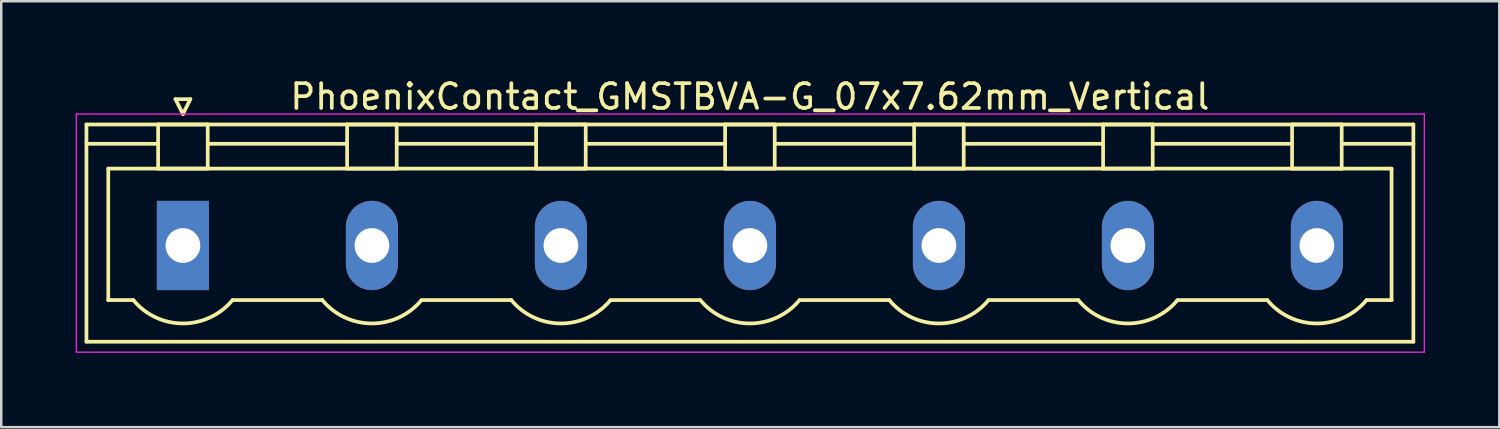
<source format=kicad_pcb>
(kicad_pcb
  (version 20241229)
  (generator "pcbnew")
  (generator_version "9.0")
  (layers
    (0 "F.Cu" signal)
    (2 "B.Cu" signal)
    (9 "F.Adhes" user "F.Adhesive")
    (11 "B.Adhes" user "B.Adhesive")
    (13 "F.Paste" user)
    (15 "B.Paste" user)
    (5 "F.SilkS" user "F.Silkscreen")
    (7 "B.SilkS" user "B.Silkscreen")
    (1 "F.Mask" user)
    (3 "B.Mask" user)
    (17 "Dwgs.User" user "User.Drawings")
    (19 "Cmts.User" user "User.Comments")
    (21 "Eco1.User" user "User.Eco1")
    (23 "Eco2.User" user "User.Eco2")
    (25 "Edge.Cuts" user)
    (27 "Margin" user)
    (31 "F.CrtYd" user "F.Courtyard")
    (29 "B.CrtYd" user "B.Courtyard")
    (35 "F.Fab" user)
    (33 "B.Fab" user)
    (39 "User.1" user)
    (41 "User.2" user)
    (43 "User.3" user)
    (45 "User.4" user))
  (footprint "PhoenixContact_GMSTBVA-G_07x7.62mm_Vertical"
    (layer "F.Cu")
    (at 4.325 6.848)
    (property "Reference" "PhoenixContact_GMSTBVA-G_07x7.62mm_Vertical" (at 22.86 -6 0) (layer "F.SilkS") (effects (font (size 1 1) (thickness 0.15))))
    (attr through_hole)
    (fp_line (start -3.89 -4.88) (end -3.89 3.88) (stroke (width 0.15) (type solid)) (layer "F.SilkS"))
    (fp_line (start -3.89 -4.1) (end -1.08 -4.1) (stroke (width 0.15) (type solid)) (layer "F.SilkS"))
    (fp_line (start -3.89 3.88) (end 49.61 3.88) (stroke (width 0.15) (type solid)) (layer "F.SilkS"))
    (fp_line (start -3.01 -3.1) (end 48.73 -3.1) (stroke (width 0.15) (type solid)) (layer "F.SilkS"))
    (fp_line (start -3.01 2.2) (end -3.01 -3.1) (stroke (width 0.15) (type solid)) (layer "F.SilkS"))
    (fp_line (start -2 2.2) (end -3.01 2.2) (stroke (width 0.15) (type solid)) (layer "F.SilkS"))
    (fp_line (start -1 -4.88) (end 1 -4.88) (stroke (width 0.15) (type solid)) (layer "F.SilkS"))
    (fp_line (start -1 -3.1) (end -1 -4.88) (stroke (width 0.15) (type solid)) (layer "F.SilkS"))
    (fp_line (start -0.3 -5.9) (end 0 -5.3) (stroke (width 0.15) (type solid)) (layer "F.SilkS"))
    (fp_line (start 0 -5.3) (end 0.3 -5.9) (stroke (width 0.15) (type solid)) (layer "F.SilkS"))
    (fp_line (start 0.3 -5.9) (end -0.3 -5.9) (stroke (width 0.15) (type solid)) (layer "F.SilkS"))
    (fp_line (start 1 -4.88) (end 1 -3.1) (stroke (width 0.15) (type solid)) (layer "F.SilkS"))
    (fp_line (start 1 -4.1) (end 6.62 -4.1) (stroke (width 0.15) (type solid)) (layer "F.SilkS"))
    (fp_line (start 1 -3.1) (end -1 -3.1) (stroke (width 0.15) (type solid)) (layer "F.SilkS"))
    (fp_line (start 2 2.2) (end 5.62 2.2) (stroke (width 0.15) (type solid)) (layer "F.SilkS"))
    (fp_line (start 6.62 -4.88) (end 8.62 -4.88) (stroke (width 0.15) (type solid)) (layer "F.SilkS"))
    (fp_line (start 6.62 -3.1) (end 6.62 -4.88) (stroke (width 0.15) (type solid)) (layer "F.SilkS"))
    (fp_line (start 8.62 -4.88) (end 8.62 -3.1) (stroke (width 0.15) (type solid)) (layer "F.SilkS"))
    (fp_line (start 8.62 -4.1) (end 14.24 -4.1) (stroke (width 0.15) (type solid)) (layer "F.SilkS"))
    (fp_line (start 8.62 -3.1) (end 6.62 -3.1) (stroke (width 0.15) (type solid)) (layer "F.SilkS"))
    (fp_line (start 9.62 2.2) (end 13.24 2.2) (stroke (width 0.15) (type solid)) (layer "F.SilkS"))
    (fp_line (start 14.24 -4.88) (end 16.24 -4.88) (stroke (width 0.15) (type solid)) (layer "F.SilkS"))
    (fp_line (start 14.24 -3.1) (end 14.24 -4.88) (stroke (width 0.15) (type solid)) (layer "F.SilkS"))
    (fp_line (start 16.24 -4.88) (end 16.24 -3.1) (stroke (width 0.15) (type solid)) (layer "F.SilkS"))
    (fp_line (start 16.24 -4.1) (end 21.86 -4.1) (stroke (width 0.15) (type solid)) (layer "F.SilkS"))
    (fp_line (start 16.24 -3.1) (end 14.24 -3.1) (stroke (width 0.15) (type solid)) (layer "F.SilkS"))
    (fp_line (start 17.24 2.2) (end 20.86 2.2) (stroke (width 0.15) (type solid)) (layer "F.SilkS"))
    (fp_line (start 21.86 -4.88) (end 23.86 -4.88) (stroke (width 0.15) (type solid)) (layer "F.SilkS"))
    (fp_line (start 21.86 -3.1) (end 21.86 -4.88) (stroke (width 0.15) (type solid)) (layer "F.SilkS"))
    (fp_line (start 23.86 -4.88) (end 23.86 -3.1) (stroke (width 0.15) (type solid)) (layer "F.SilkS"))
    (fp_line (start 23.86 -4.1) (end 29.48 -4.1) (stroke (width 0.15) (type solid)) (layer "F.SilkS"))
    (fp_line (start 23.86 -3.1) (end 21.86 -3.1) (stroke (width 0.15) (type solid)) (layer "F.SilkS"))
    (fp_line (start 24.86 2.2) (end 28.48 2.2) (stroke (width 0.15) (type solid)) (layer "F.SilkS"))
    (fp_line (start 29.48 -4.88) (end 31.48 -4.88) (stroke (width 0.15) (type solid)) (layer "F.SilkS"))
    (fp_line (start 29.48 -3.1) (end 29.48 -4.88) (stroke (width 0.15) (type solid)) (layer "F.SilkS"))
    (fp_line (start 31.48 -4.88) (end 31.48 -3.1) (stroke (width 0.15) (type solid)) (layer "F.SilkS"))
    (fp_line (start 31.48 -4.1) (end 37.1 -4.1) (stroke (width 0.15) (type solid)) (layer "F.SilkS"))
    (fp_line (start 31.48 -3.1) (end 29.48 -3.1) (stroke (width 0.15) (type solid)) (layer "F.SilkS"))
    (fp_line (start 32.48 2.2) (end 36.1 2.2) (stroke (width 0.15) (type solid)) (layer "F.SilkS"))
    (fp_line (start 37.1 -4.88) (end 39.1 -4.88) (stroke (width 0.15) (type solid)) (layer "F.SilkS"))
    (fp_line (start 37.1 -3.1) (end 37.1 -4.88) (stroke (width 0.15) (type solid)) (layer "F.SilkS"))
    (fp_line (start 39.1 -4.88) (end 39.1 -3.1) (stroke (width 0.15) (type solid)) (layer "F.SilkS"))
    (fp_line (start 39.1 -4.1) (end 44.72 -4.1) (stroke (width 0.15) (type solid)) (layer "F.SilkS"))
    (fp_line (start 39.1 -3.1) (end 37.1 -3.1) (stroke (width 0.15) (type solid)) (layer "F.SilkS"))
    (fp_line (start 40.1 2.2) (end 43.72 2.2) (stroke (width 0.15) (type solid)) (layer "F.SilkS"))
    (fp_line (start 44.72 -4.88) (end 46.72 -4.88) (stroke (width 0.15) (type solid)) (layer "F.SilkS"))
    (fp_line (start 44.72 -3.1) (end 44.72 -4.88) (stroke (width 0.15) (type solid)) (layer "F.SilkS"))
    (fp_line (start 46.72 -4.88) (end 46.72 -3.1) (stroke (width 0.15) (type solid)) (layer "F.SilkS"))
    (fp_line (start 46.72 -3.1) (end 44.72 -3.1) (stroke (width 0.15) (type solid)) (layer "F.SilkS"))
    (fp_line (start 48.73 -3.1) (end 48.73 2.2) (stroke (width 0.15) (type solid)) (layer "F.SilkS"))
    (fp_line (start 48.73 2.2) (end 47.72 2.2) (stroke (width 0.15) (type solid)) (layer "F.SilkS"))
    (fp_line (start 49.61 -4.88) (end -3.89 -4.88) (stroke (width 0.15) (type solid)) (layer "F.SilkS"))
    (fp_line (start 49.61 -4.1) (end 46.8 -4.1) (stroke (width 0.15) (type solid)) (layer "F.SilkS"))
    (fp_line (start 49.61 3.88) (end 49.61 -4.88) (stroke (width 0.15) (type solid)) (layer "F.SilkS"))
    (fp_arc (start 1.986842 2.215821) (mid -0.010289 3.142758) (end -2 2.2) (stroke (width 0.15) (type solid)) (layer "F.SilkS"))
    (fp_arc (start 9.606842 2.215821) (mid 7.609711 3.142758) (end 5.62 2.2) (stroke (width 0.15) (type solid)) (layer "F.SilkS"))
    (fp_arc (start 17.226842 2.215821) (mid 15.229711 3.142758) (end 13.24 2.2) (stroke (width 0.15) (type solid)) (layer "F.SilkS"))
    (fp_arc (start 24.846842 2.215821) (mid 22.849711 3.142758) (end 20.86 2.2) (stroke (width 0.15) (type solid)) (layer "F.SilkS"))
    (fp_arc (start 32.466842 2.215821) (mid 30.469711 3.142758) (end 28.48 2.2) (stroke (width 0.15) (type solid)) (layer "F.SilkS"))
    (fp_arc (start 40.086842 2.215821) (mid 38.089711 3.142758) (end 36.1 2.2) (stroke (width 0.15) (type solid)) (layer "F.SilkS"))
    (fp_arc (start 47.706842 2.215821) (mid 45.709711 3.142758) (end 43.72 2.2) (stroke (width 0.15) (type solid)) (layer "F.SilkS"))
    (fp_line (start -4.3 -5.3) (end -4.3 4.3) (stroke (width 0.05) (type solid)) (layer "F.CrtYd"))
    (fp_line (start -4.3 4.3) (end 50.05 4.3) (stroke (width 0.05) (type solid)) (layer "F.CrtYd"))
    (fp_line (start 50.05 -5.3) (end -4.3 -5.3) (stroke (width 0.05) (type solid)) (layer "F.CrtYd"))
    (fp_line (start 50.05 4.3) (end 50.05 -5.3) (stroke (width 0.05) (type solid)) (layer "F.CrtYd"))
    (pad "1" thru_hole rect (at 0 0) (size 2.1 3.6) (drill 1.4) (layers "*.Cu" "*.Mask"))
    (pad "2" thru_hole oval (at 7.62 0) (size 2.1 3.6) (drill 1.4) (layers "*.Cu" "*.Mask"))
    (pad "3" thru_hole oval (at 15.24 0) (size 2.1 3.6) (drill 1.4) (layers "*.Cu" "*.Mask"))
    (pad "4" thru_hole oval (at 22.86 0) (size 2.1 3.6) (drill 1.4) (layers "*.Cu" "*.Mask"))
    (pad "5" thru_hole oval (at 30.48 0) (size 2.1 3.6) (drill 1.4) (layers "*.Cu" "*.Mask"))
    (pad "6" thru_hole oval (at 38.1 0) (size 2.1 3.6) (drill 1.4) (layers "*.Cu" "*.Mask"))
    (pad "7" thru_hole oval (at 45.72 0) (size 2.1 3.6) (drill 1.4) (layers "*.Cu" "*.Mask")))
  (gr_rect
    (start -3 -3)
    (end 57.4 14.173)
    (stroke (width 0.1) (type default))
    (fill no)
    (layer "Edge.Cuts")))
</source>
